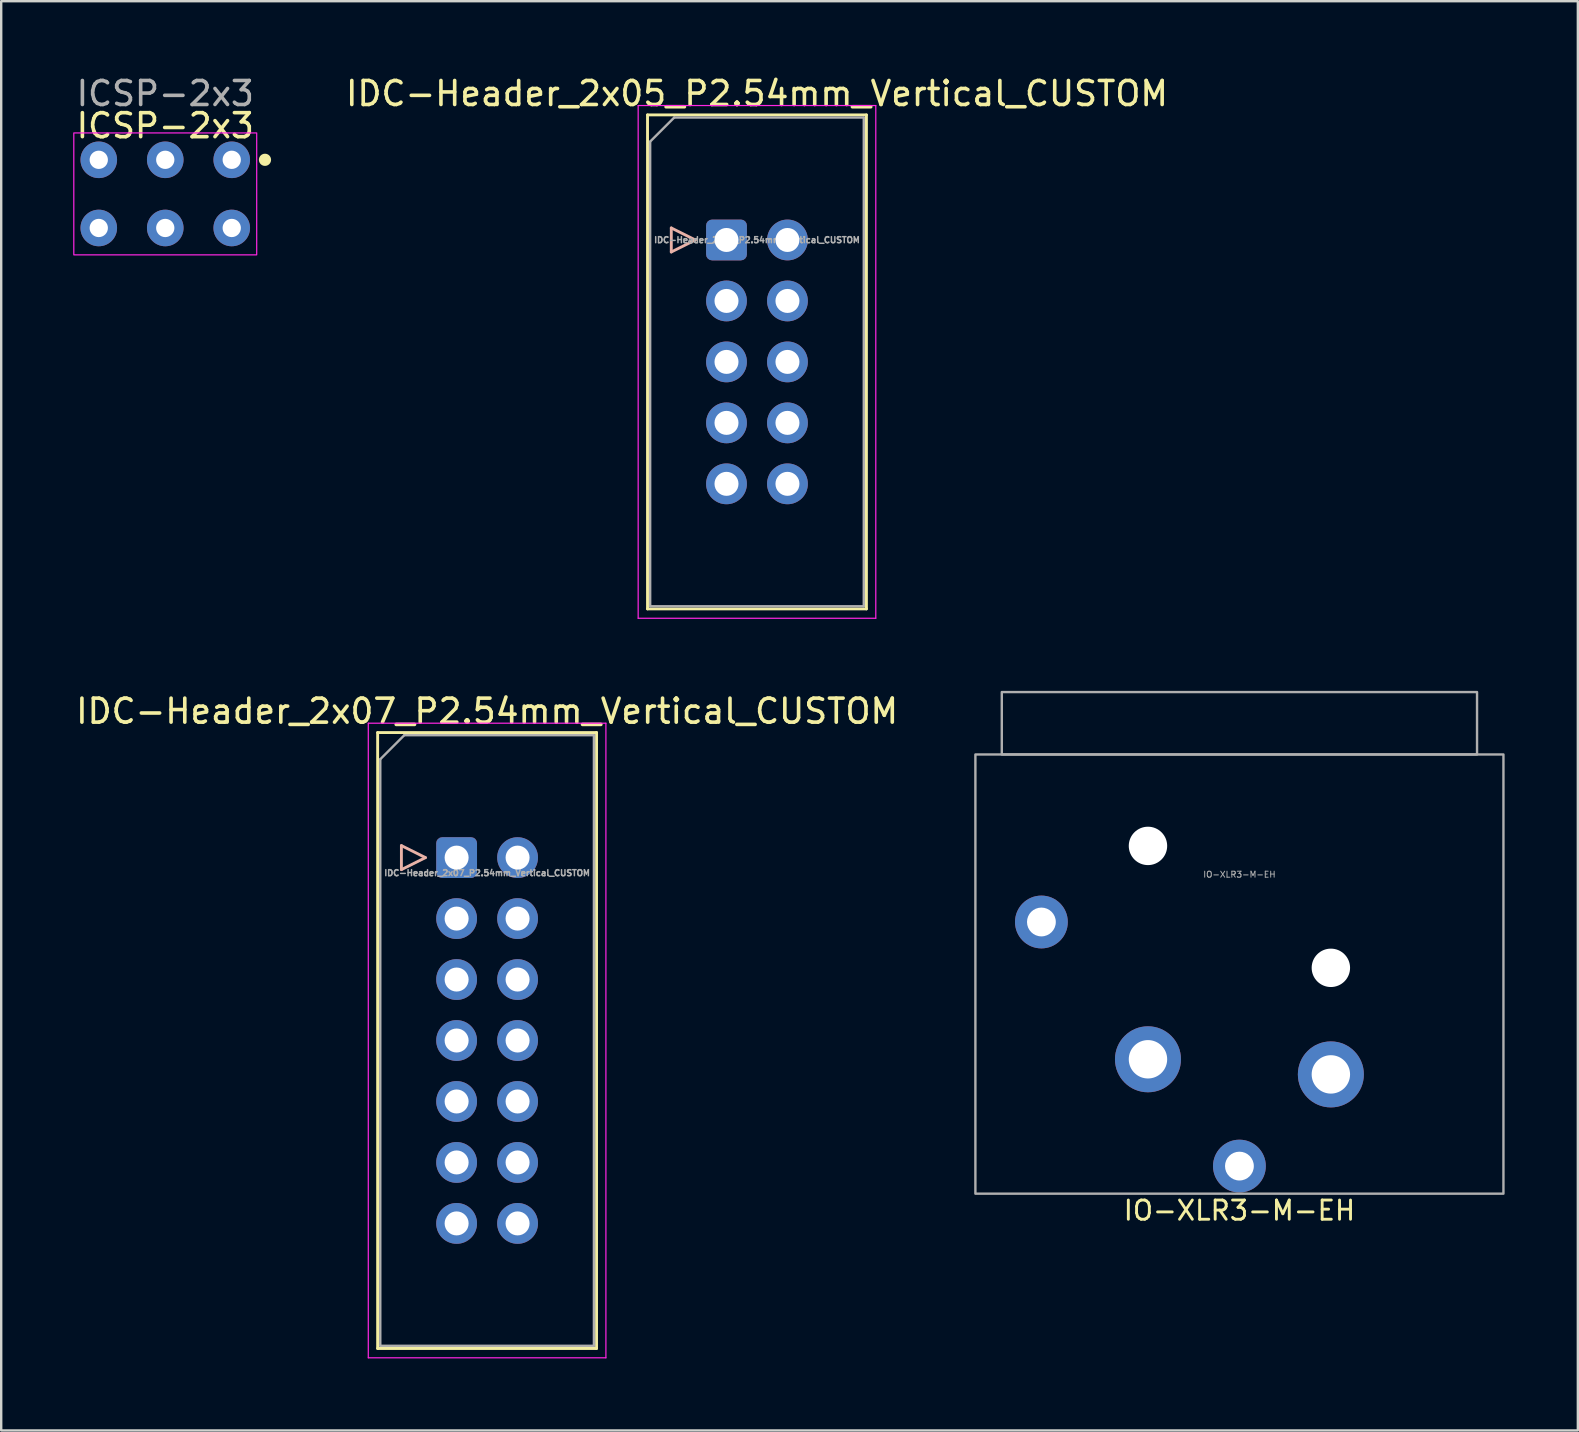
<source format=kicad_pcb>
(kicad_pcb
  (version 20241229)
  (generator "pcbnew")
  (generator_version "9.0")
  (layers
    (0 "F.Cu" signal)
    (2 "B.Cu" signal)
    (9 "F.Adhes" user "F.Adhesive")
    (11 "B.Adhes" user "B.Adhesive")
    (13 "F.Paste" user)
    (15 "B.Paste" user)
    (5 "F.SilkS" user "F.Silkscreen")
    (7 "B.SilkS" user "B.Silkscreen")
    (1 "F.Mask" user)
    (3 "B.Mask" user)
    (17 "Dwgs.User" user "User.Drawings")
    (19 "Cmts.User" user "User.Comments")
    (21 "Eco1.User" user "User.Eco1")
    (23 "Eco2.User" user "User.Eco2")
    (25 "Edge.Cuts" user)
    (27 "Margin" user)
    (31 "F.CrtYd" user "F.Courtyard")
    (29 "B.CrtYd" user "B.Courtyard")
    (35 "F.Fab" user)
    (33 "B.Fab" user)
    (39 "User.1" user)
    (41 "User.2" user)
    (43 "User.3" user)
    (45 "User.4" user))
  (footprint "IDC-Header_2x07_P2.54mm_Vertical_CUSTOM"
    (layer "F.Cu")
    (at 15.974 32.681)
    (property "Reference" "IDC-Header_2x07_P2.54mm_Vertical_CUSTOM" (at 1.27 -6.1 0) (layer "F.SilkS") (effects (font (size 1 1) (thickness 0.15))))
    (attr through_hole)
    (fp_line (start -3.29 -5.21) (end 5.83 -5.21) (stroke (width 0.12) (type solid)) (layer "F.SilkS"))
    (fp_line (start -3.29 20.45) (end -3.29 -5.21) (stroke (width 0.12) (type solid)) (layer "F.SilkS"))
    (fp_line (start 5.83 -5.21) (end 5.83 20.45) (stroke (width 0.12) (type solid)) (layer "F.SilkS"))
    (fp_line (start 5.83 20.45) (end -3.29 20.45) (stroke (width 0.12) (type solid)) (layer "F.SilkS"))
    (fp_line (start -2.3 -0.5) (end -1.3 0) (stroke (width 0.12) (type solid)) (layer "B.SilkS"))
    (fp_line (start -2.3 0.5) (end -2.3 -0.5) (stroke (width 0.12) (type solid)) (layer "B.SilkS"))
    (fp_line (start -1.3 0) (end -2.3 0.5) (stroke (width 0.12) (type solid)) (layer "B.SilkS"))
    (fp_line (start -3.68 -5.6) (end -3.68 20.84) (stroke (width 0.05) (type solid)) (layer "F.CrtYd"))
    (fp_line (start -3.68 20.84) (end 6.22 20.84) (stroke (width 0.05) (type solid)) (layer "F.CrtYd"))
    (fp_line (start 6.22 -5.6) (end -3.68 -5.6) (stroke (width 0.05) (type solid)) (layer "F.CrtYd"))
    (fp_line (start 6.22 20.84) (end 6.22 -5.6) (stroke (width 0.05) (type solid)) (layer "F.CrtYd"))
    (fp_line (start -3.18 -4.1) (end -3.18 20.34) (stroke (width 0.1) (type solid)) (layer "F.Fab"))
    (fp_line (start -3.18 -4.1) (end -2.18 -5.1) (stroke (width 0.1) (type solid)) (layer "F.Fab"))
    (fp_line (start -2.18 -5.1) (end 5.72 -5.1) (stroke (width 0.1) (type solid)) (layer "F.Fab"))
    (fp_line (start 5.72 -5.1) (end 5.72 20.34) (stroke (width 0.1) (type solid)) (layer "F.Fab"))
    (fp_line (start 5.72 20.34) (end -3.18 20.34) (stroke (width 0.1) (type solid)) (layer "F.Fab"))
    (fp_text user "${REFERENCE}" (at 1.27 0.64 180) (layer "F.Fab") (effects (font (size 0.25 0.25) (thickness 0.062))))
    (pad "1" thru_hole roundrect (at 0 0) (size 1.7 1.7) (drill 1) (layers "*.Cu" "*.Mask") (roundrect_rratio 0.147))
    (pad "2" thru_hole circle (at 2.54 0) (size 1.7 1.7) (drill 1) (layers "*.Cu" "*.Mask"))
    (pad "3" thru_hole circle (at 0 2.54) (size 1.7 1.7) (drill 1) (layers "*.Cu" "*.Mask"))
    (pad "4" thru_hole circle (at 2.54 2.54) (size 1.7 1.7) (drill 1) (layers "*.Cu" "*.Mask"))
    (pad "5" thru_hole circle (at 0 5.08) (size 1.7 1.7) (drill 1) (layers "*.Cu" "*.Mask"))
    (pad "6" thru_hole circle (at 2.54 5.08) (size 1.7 1.7) (drill 1) (layers "*.Cu" "*.Mask"))
    (pad "7" thru_hole circle (at 0 7.62) (size 1.7 1.7) (drill 1) (layers "*.Cu" "*.Mask"))
    (pad "8" thru_hole circle (at 2.54 7.62) (size 1.7 1.7) (drill 1) (layers "*.Cu" "*.Mask"))
    (pad "9" thru_hole circle (at 0 10.16) (size 1.7 1.7) (drill 1) (layers "*.Cu" "*.Mask"))
    (pad "10" thru_hole circle (at 2.54 10.16) (size 1.7 1.7) (drill 1) (layers "*.Cu" "*.Mask"))
    (pad "11" thru_hole circle (at 0 12.7) (size 1.7 1.7) (drill 1) (layers "*.Cu" "*.Mask"))
    (pad "12" thru_hole circle (at 2.54 12.7) (size 1.7 1.7) (drill 1) (layers "*.Cu" "*.Mask"))
    (pad "13" thru_hole circle (at 0 15.24) (size 1.7 1.7) (drill 1) (layers "*.Cu" "*.Mask"))
    (pad "14" thru_hole circle (at 2.54 15.24) (size 1.7 1.7) (drill 1) (layers "*.Cu" "*.Mask")))
  (footprint "ICSP-2x3"
    (layer "F.Cu")
    (at 3.835 5.028)
    (property "Reference" "ICSP-2x3" (at 0 -2.84 0) (unlocked yes) (layer "F.SilkS") (effects (font (size 1 1) (thickness 0.15))))
    (attr through_hole)
    (fp_circle (center 4.155 -1.42) (end 4.409 -1.42) (stroke (width 0) (type solid)) (fill yes) (layer "F.SilkS"))
    (fp_rect (start -3.81 -2.54) (end 3.81 2.54) (stroke (width 0.05) (type solid)) (fill no) (layer "F.CrtYd"))
    (fp_text user "${REFERENCE}" (at 0 -4.18 0) (unlocked yes) (layer "F.Fab") (effects (font (size 1 1) (thickness 0.15))))
    (pad "1" thru_hole circle (at 0 1.42) (size 1.524 1.524) (drill 0.762) (layers "*.Cu" "*.Mask"))
    (pad "2" thru_hole circle (at 2.77 1.42) (size 1.524 1.524) (drill 0.762) (layers "*.Cu" "*.Mask"))
    (pad "5" thru_hole circle (at -2.77 -1.42) (size 1.524 1.524) (drill 0.762) (layers "*.Cu" "*.Mask"))
    (pad "6" thru_hole circle (at -2.77 1.42) (size 1.524 1.524) (drill 0.762) (layers "*.Cu" "*.Mask"))
    (pad "7" thru_hole circle (at 0 -1.42) (size 1.524 1.524) (drill 0.762) (layers "*.Cu" "*.Mask"))
    (pad "9" thru_hole circle (at 2.77 -1.42) (size 1.524 1.524) (drill 0.762) (layers "*.Cu" "*.Mask")))
  (footprint "IO-XLR3-M-EH"
    (layer "F.Cu")
    (at 48.588 28.383)
    (property "Reference" "IO-XLR3-M-EH" (at 0 19 0) (unlocked yes) (layer "F.SilkS") (effects (font (size 0.8 0.8) (thickness 0.12))))
    (attr through_hole)
    (fp_rect (start -11 0) (end 11 18.3) (stroke (width 0.1) (type default)) (fill no) (layer "F.Fab"))
    (fp_rect (start -9.9 -2.6) (end 9.9 0) (stroke (width 0.1) (type default)) (fill no) (layer "F.Fab"))
    (fp_line (start -11 0) (end 11 0) (stroke (width 0.2) (type default)) (layer "User.1"))
    (fp_text user "${REFERENCE}" (at 0 5 0) (unlocked yes) (layer "F.Fab") (effects (font (size 0.25 0.25) (thickness 0.04))))
    (fp_text user "PCB EDGE" (at 0 0.5 0) (unlocked yes) (layer "User.1") (effects (font (size 1 1) (thickness 0.15)) (justify top)))
    (pad "" np_thru_hole circle (at -3.81 3.81) (size 1.6 1.6) (drill 1.6) (layers "*.Cu" "*.Mask"))
    (pad "" np_thru_hole circle (at 3.81 8.89) (size 1.6 1.6) (drill 1.6) (layers "*.Cu" "*.Mask"))
    (pad "1" thru_hole circle (at -3.81 12.7) (size 2.75 2.75) (drill 1.6) (layers "*.Cu" "*.Mask"))
    (pad "2" thru_hole circle (at 3.81 13.33) (size 2.75 2.75) (drill 1.6) (layers "*.Cu" "*.Mask"))
    (pad "3" thru_hole circle (at 0 17.15) (size 2.2 2.2) (drill 1.2) (layers "*.Cu" "*.Mask"))
    (pad "SH" thru_hole circle (at -8.25 6.98) (size 2.2 2.2) (drill 1.2) (layers "*.Cu" "*.Mask")))
  (footprint "IDC-Header_2x05_P2.54mm_Vertical_CUSTOM"
    (layer "F.Cu")
    (at 27.218 6.948)
    (property "Reference" "IDC-Header_2x05_P2.54mm_Vertical_CUSTOM" (at 1.27 -6.1 0) (layer "F.SilkS") (effects (font (size 1 1) (thickness 0.15))))
    (attr through_hole)
    (fp_line (start -3.29 -5.21) (end 5.83 -5.21) (stroke (width 0.12) (type solid)) (layer "F.SilkS"))
    (fp_line (start -3.29 15.37) (end -3.29 -5.21) (stroke (width 0.12) (type solid)) (layer "F.SilkS"))
    (fp_line (start 5.83 -5.21) (end 5.83 15.37) (stroke (width 0.12) (type solid)) (layer "F.SilkS"))
    (fp_line (start 5.83 15.37) (end -3.29 15.37) (stroke (width 0.12) (type solid)) (layer "F.SilkS"))
    (fp_line (start -2.3 -0.5) (end -1.3 0) (stroke (width 0.12) (type solid)) (layer "B.SilkS"))
    (fp_line (start -2.3 0.5) (end -2.3 -0.5) (stroke (width 0.12) (type solid)) (layer "B.SilkS"))
    (fp_line (start -1.3 0) (end -2.3 0.5) (stroke (width 0.12) (type solid)) (layer "B.SilkS"))
    (fp_line (start -3.68 -5.6) (end -3.68 15.76) (stroke (width 0.05) (type solid)) (layer "F.CrtYd"))
    (fp_line (start -3.68 15.76) (end 6.22 15.76) (stroke (width 0.05) (type solid)) (layer "F.CrtYd"))
    (fp_line (start 6.22 -5.6) (end -3.68 -5.6) (stroke (width 0.05) (type solid)) (layer "F.CrtYd"))
    (fp_line (start 6.22 15.76) (end 6.22 -5.6) (stroke (width 0.05) (type solid)) (layer "F.CrtYd"))
    (fp_line (start -3.18 -4.1) (end -2.18 -5.1) (stroke (width 0.1) (type solid)) (layer "F.Fab"))
    (fp_line (start -3.18 15.26) (end -3.18 -4.1) (stroke (width 0.1) (type solid)) (layer "F.Fab"))
    (fp_line (start -2.18 -5.1) (end 5.72 -5.1) (stroke (width 0.1) (type solid)) (layer "F.Fab"))
    (fp_line (start 5.72 -5.1) (end 5.72 15.26) (stroke (width 0.1) (type solid)) (layer "F.Fab"))
    (fp_line (start 5.72 15.26) (end -3.18 15.26) (stroke (width 0.1) (type solid)) (layer "F.Fab"))
    (fp_text user "${REFERENCE}" (at 1.27 0 180) (layer "F.Fab") (effects (font (size 0.25 0.25) (thickness 0.062))))
    (pad "1" thru_hole roundrect (at 0 0) (size 1.7 1.7) (drill 1) (layers "*.Cu" "*.Mask") (roundrect_rratio 0.147))
    (pad "2" thru_hole circle (at 2.54 0) (size 1.7 1.7) (drill 1) (layers "*.Cu" "*.Mask"))
    (pad "3" thru_hole circle (at 0 2.54) (size 1.7 1.7) (drill 1) (layers "*.Cu" "*.Mask"))
    (pad "4" thru_hole circle (at 2.54 2.54) (size 1.7 1.7) (drill 1) (layers "*.Cu" "*.Mask"))
    (pad "5" thru_hole circle (at 0 5.08) (size 1.7 1.7) (drill 1) (layers "*.Cu" "*.Mask"))
    (pad "6" thru_hole circle (at 2.54 5.08) (size 1.7 1.7) (drill 1) (layers "*.Cu" "*.Mask"))
    (pad "7" thru_hole circle (at 0 7.62) (size 1.7 1.7) (drill 1) (layers "*.Cu" "*.Mask"))
    (pad "8" thru_hole circle (at 2.54 7.62) (size 1.7 1.7) (drill 1) (layers "*.Cu" "*.Mask"))
    (pad "9" thru_hole circle (at 0 10.16) (size 1.7 1.7) (drill 1) (layers "*.Cu" "*.Mask"))
    (pad "10" thru_hole circle (at 2.54 10.16) (size 1.7 1.7) (drill 1) (layers "*.Cu" "*.Mask")))
  (gr_rect
    (start -3 -3)
    (end 62.688 56.547)
    (stroke (width 0.1) (type default))
    (fill no)
    (layer "Edge.Cuts")))
</source>
